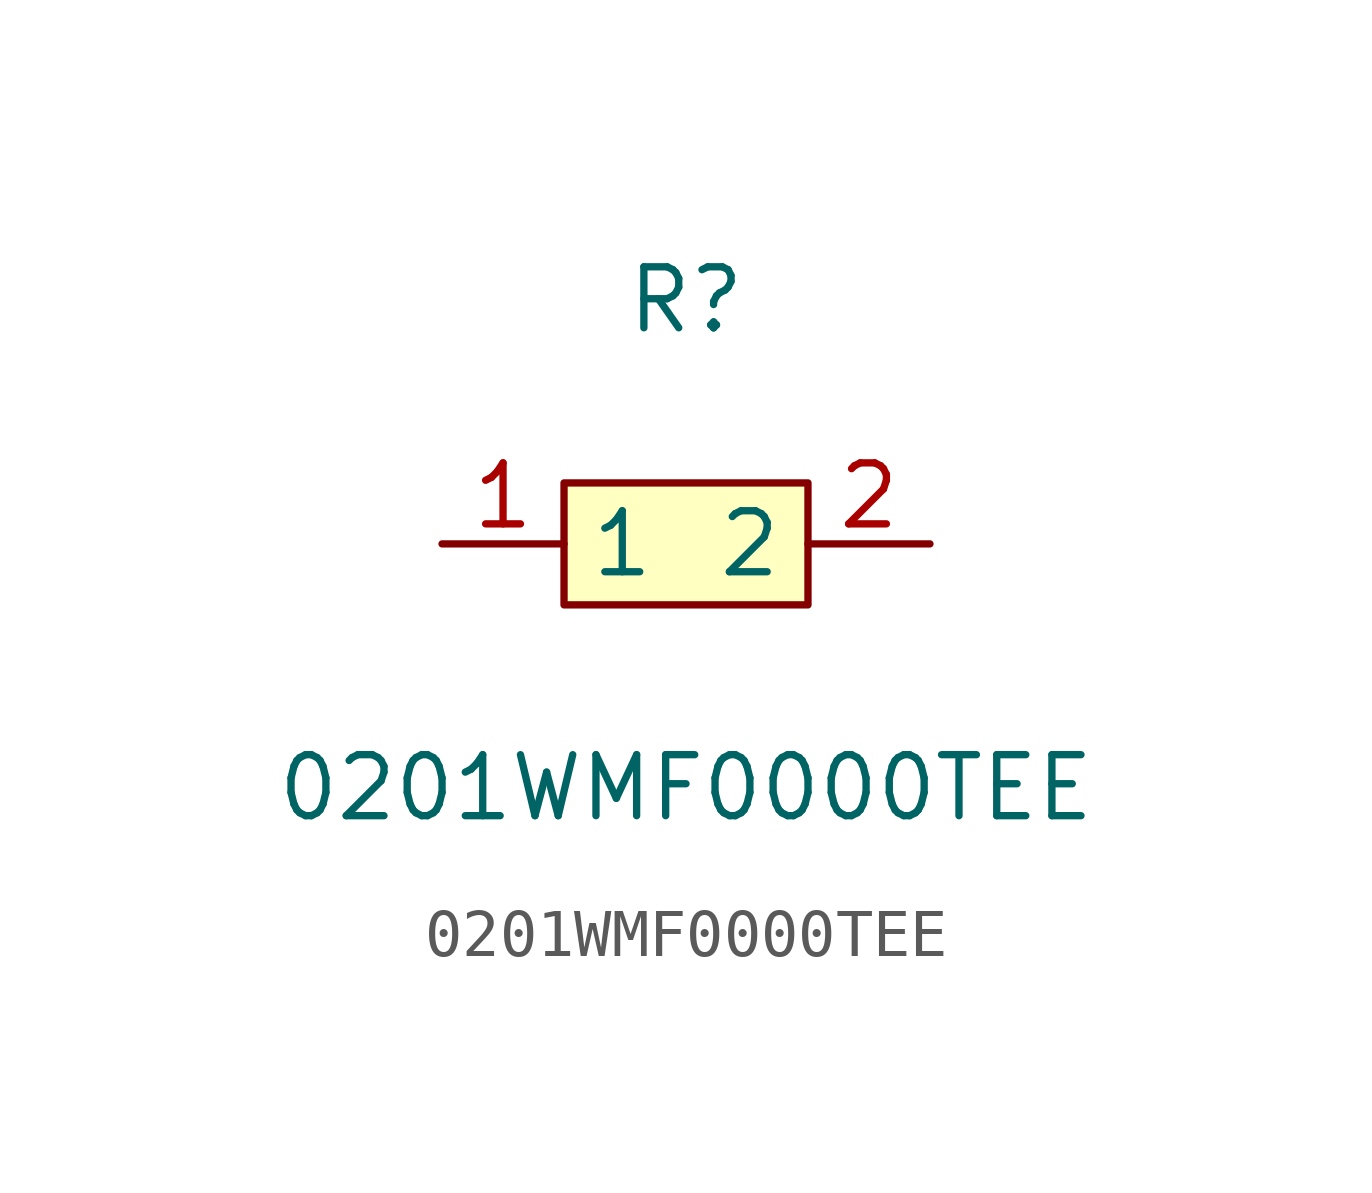
<source format=kicad_sym>
(kicad_symbol_lib
  (version 1)
  (generator "faebryk")
  (symbol "0201WMF0000TEE"
    (property "Reference" "R"
      (at 0 5.08 0)
      (effects (font (size 1.27 1.27)) (hide no)))
    (property "Value" "0201WMF0000TEE"
      (at 0 -5.08 0)
      (effects (font (size 1.27 1.27)) (hide no)))
    (symbol "0201WMF0000TEE_0_1"
      (rectangle (start -2.54 1.27) (end 2.54 -1.27) (stroke (width 0) (type default) (color 0 0 0 0)) (fill (type background)))
      (pin unspecified line (at 5.08 0 180) (length 2.54) (name "2" (effects (font (size 1.27 1.27)) (hide no))) (number "2" (effects (font (size 1.27 1.27)) (hide no))))
      (pin unspecified line (at -5.08 0 0) (length 2.54) (name "1" (effects (font (size 1.27 1.27)) (hide no))) (number "1" (effects (font (size 1.27 1.27)) (hide no)))))))
</source>
